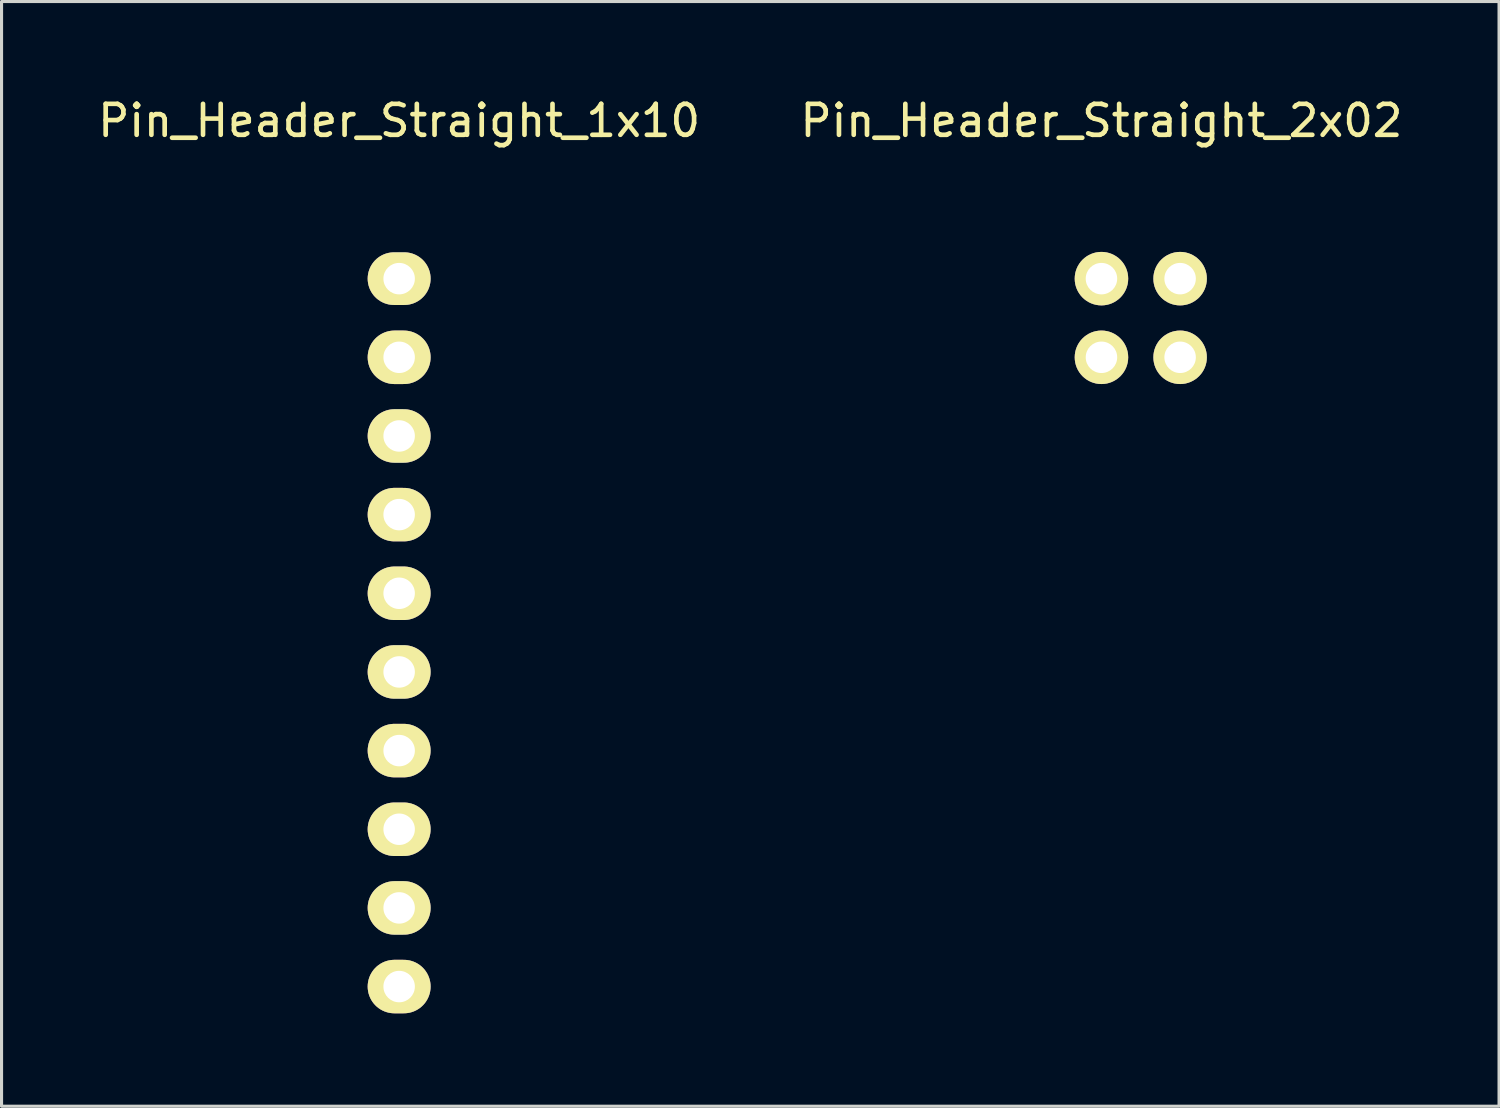
<source format=kicad_pcb>
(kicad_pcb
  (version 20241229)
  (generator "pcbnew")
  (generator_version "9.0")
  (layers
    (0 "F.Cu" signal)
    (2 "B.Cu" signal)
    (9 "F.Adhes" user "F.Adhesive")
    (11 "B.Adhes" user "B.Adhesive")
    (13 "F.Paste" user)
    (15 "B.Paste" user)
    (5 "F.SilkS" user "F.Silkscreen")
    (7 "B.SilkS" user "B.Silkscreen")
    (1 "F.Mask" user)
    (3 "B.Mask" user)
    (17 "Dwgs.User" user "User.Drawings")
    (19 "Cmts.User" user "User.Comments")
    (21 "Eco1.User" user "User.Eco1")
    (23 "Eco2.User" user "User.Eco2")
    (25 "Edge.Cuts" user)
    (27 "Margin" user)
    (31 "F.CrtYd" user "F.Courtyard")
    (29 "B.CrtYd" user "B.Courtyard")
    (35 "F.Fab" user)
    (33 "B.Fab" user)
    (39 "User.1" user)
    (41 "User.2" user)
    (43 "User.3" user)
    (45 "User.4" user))
  (footprint "Pin_Header_Straight_2x02"
    (layer "F.Cu")
    (at 32.518 5.948)
    (property "Reference" "Pin_Header_Straight_2x02" (at 0 -5.1 0) (layer "F.SilkS") (effects (font (size 1 1) (thickness 0.15))))
    (attr through_hole)
    (pad "1" thru_hole oval (at 0 0) (size 1.727 1.727) (drill 1.016) (layers "*.Cu" "*.Mask" "F.SilkS"))
    (pad "2" thru_hole oval (at 2.54 0) (size 1.727 1.727) (drill 1.016) (layers "*.Cu" "*.Mask" "F.SilkS"))
    (pad "3" thru_hole oval (at 0 2.54) (size 1.727 1.727) (drill 1.016) (layers "*.Cu" "*.Mask" "F.SilkS"))
    (pad "4" thru_hole oval (at 2.54 2.54) (size 1.727 1.727) (drill 1.016) (layers "*.Cu" "*.Mask" "F.SilkS")))
  (footprint "Pin_Header_Straight_1x10"
    (layer "F.Cu")
    (at 9.839 5.948)
    (property "Reference" "Pin_Header_Straight_1x10" (at 0 -5.1 0) (layer "F.SilkS") (effects (font (size 1 1) (thickness 0.15))))
    (attr through_hole)
    (pad "1" thru_hole oval (at 0 0) (size 2.032 1.7) (drill 1.016) (layers "*.Cu" "*.Mask" "F.SilkS"))
    (pad "2" thru_hole oval (at 0 2.54) (size 2.032 1.727) (drill 1.016) (layers "*.Cu" "*.Mask" "F.SilkS"))
    (pad "3" thru_hole oval (at 0 5.08) (size 2.032 1.727) (drill 1.016) (layers "*.Cu" "*.Mask" "F.SilkS"))
    (pad "4" thru_hole oval (at 0 7.62) (size 2.032 1.727) (drill 1.016) (layers "*.Cu" "*.Mask" "F.SilkS"))
    (pad "5" thru_hole oval (at 0 10.16) (size 2.032 1.727) (drill 1.016) (layers "*.Cu" "*.Mask" "F.SilkS"))
    (pad "6" thru_hole oval (at 0 12.7) (size 2.032 1.727) (drill 1.016) (layers "*.Cu" "*.Mask" "F.SilkS"))
    (pad "7" thru_hole oval (at 0 15.24) (size 2.032 1.727) (drill 1.016) (layers "*.Cu" "*.Mask" "F.SilkS"))
    (pad "8" thru_hole oval (at 0 17.78) (size 2.032 1.727) (drill 1.016) (layers "*.Cu" "*.Mask" "F.SilkS"))
    (pad "9" thru_hole oval (at 0 20.32) (size 2.032 1.727) (drill 1.016) (layers "*.Cu" "*.Mask" "F.SilkS"))
    (pad "10" thru_hole oval (at 0 22.86) (size 2.032 1.727) (drill 1.016) (layers "*.Cu" "*.Mask" "F.SilkS")))
  (gr_rect
    (start -3 -3)
    (end 45.357 32.672)
    (stroke (width 0.1) (type default))
    (fill no)
    (layer "Edge.Cuts")))
</source>
